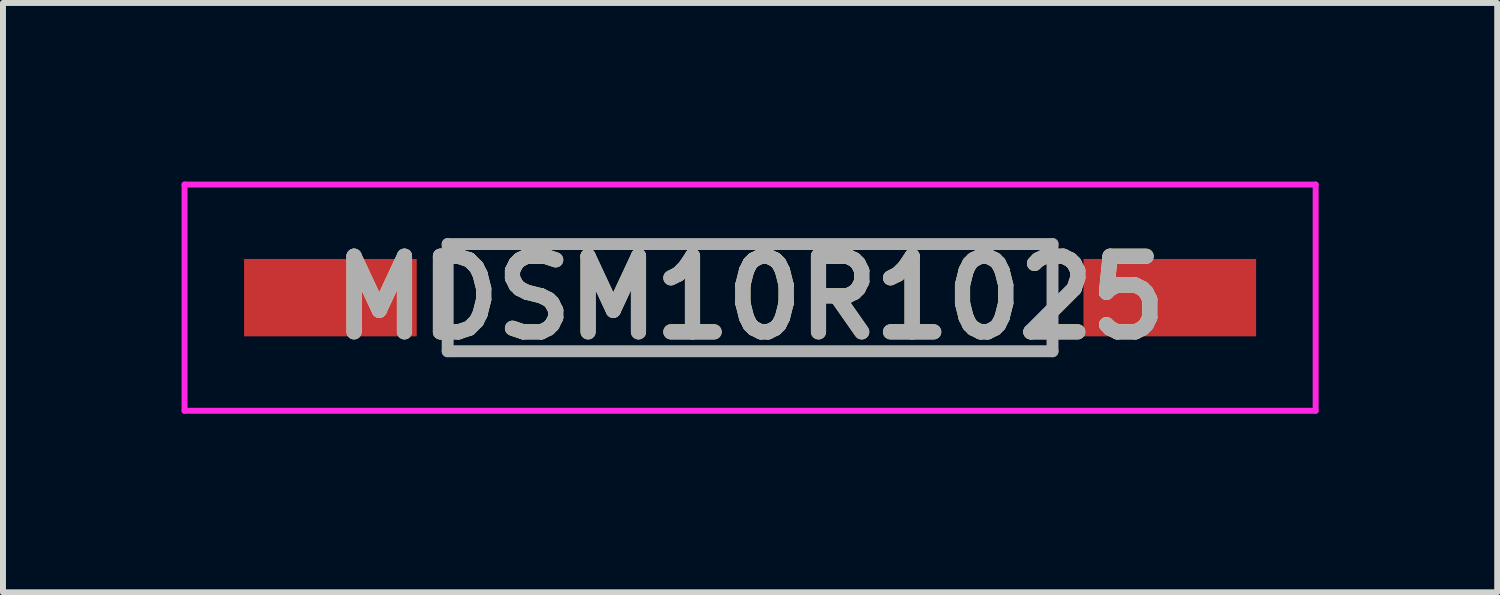
<source format=kicad_pcb>
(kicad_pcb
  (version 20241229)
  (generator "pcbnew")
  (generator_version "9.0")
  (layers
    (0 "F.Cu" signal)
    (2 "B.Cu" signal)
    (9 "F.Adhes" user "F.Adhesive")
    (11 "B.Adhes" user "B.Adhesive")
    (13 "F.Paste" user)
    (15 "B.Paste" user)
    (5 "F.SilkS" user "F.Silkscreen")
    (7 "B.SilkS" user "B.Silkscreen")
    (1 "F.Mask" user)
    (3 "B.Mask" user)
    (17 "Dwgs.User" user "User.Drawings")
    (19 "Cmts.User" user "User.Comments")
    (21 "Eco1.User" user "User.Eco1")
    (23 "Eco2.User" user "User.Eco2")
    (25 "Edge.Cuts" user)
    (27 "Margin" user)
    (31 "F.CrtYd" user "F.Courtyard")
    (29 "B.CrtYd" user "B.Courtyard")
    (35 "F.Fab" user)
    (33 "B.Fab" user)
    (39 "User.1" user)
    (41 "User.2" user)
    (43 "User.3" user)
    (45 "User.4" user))
  (footprint "MDSM10R1025"
    (layer "F.Cu")
    (at 9.55 1.95)
    (property "Reference" "MDSM10R1025" (at 0 0 0) (layer "F.SilkS") (effects (font (size 1.27 1.27) (thickness 0.254))))
    (attr smd)
    (fp_line (start -5.08 -0.9) (end 5.08 -0.9) (stroke (width 0.1) (type solid)) (layer "F.SilkS"))
    (fp_line (start -5.08 0.9) (end -5.08 -0.9) (stroke (width 0.1) (type solid)) (layer "F.SilkS"))
    (fp_line (start 5.08 -0.9) (end 5.08 0.9) (stroke (width 0.1) (type solid)) (layer "F.SilkS"))
    (fp_line (start 5.08 0.9) (end -5.08 0.9) (stroke (width 0.1) (type solid)) (layer "F.SilkS"))
    (fp_line (start -9.5 -1.9) (end 9.5 -1.9) (stroke (width 0.1) (type solid)) (layer "F.CrtYd"))
    (fp_line (start -9.5 1.9) (end -9.5 -1.9) (stroke (width 0.1) (type solid)) (layer "F.CrtYd"))
    (fp_line (start 9.5 -1.9) (end 9.5 1.9) (stroke (width 0.1) (type solid)) (layer "F.CrtYd"))
    (fp_line (start 9.5 1.9) (end -9.5 1.9) (stroke (width 0.1) (type solid)) (layer "F.CrtYd"))
    (fp_line (start -5.08 -0.9) (end 5.08 -0.9) (stroke (width 0.2) (type solid)) (layer "F.Fab"))
    (fp_line (start -5.08 0.9) (end -5.08 -0.9) (stroke (width 0.2) (type solid)) (layer "F.Fab"))
    (fp_line (start 5.08 -0.9) (end 5.08 0.9) (stroke (width 0.2) (type solid)) (layer "F.Fab"))
    (fp_line (start 5.08 0.9) (end -5.08 0.9) (stroke (width 0.2) (type solid)) (layer "F.Fab"))
    (fp_text user "${REFERENCE}" (at 0 0 0) (layer "F.Fab") (effects (font (size 1.27 1.27) (thickness 0.254))))
    (pad "1" smd rect (at -7.05 0 90) (size 1.3 2.9) (layers "F.Cu" "F.Mask" "F.Paste"))
    (pad "2" smd rect (at 7.05 0 90) (size 1.3 2.9) (layers "F.Cu" "F.Mask" "F.Paste")))
  (gr_rect
    (start -3 -3)
    (end 22.1 6.9)
    (stroke (width 0.1) (type default))
    (fill no)
    (layer "Edge.Cuts")))
</source>
